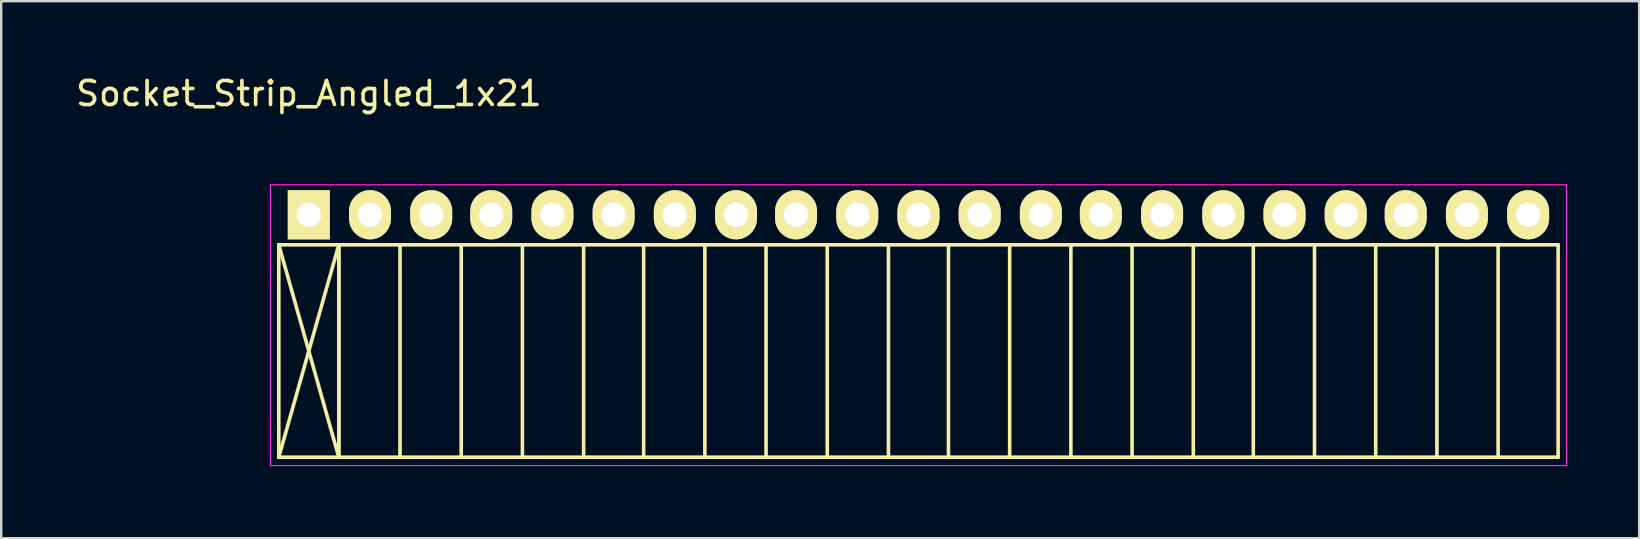
<source format=kicad_pcb>
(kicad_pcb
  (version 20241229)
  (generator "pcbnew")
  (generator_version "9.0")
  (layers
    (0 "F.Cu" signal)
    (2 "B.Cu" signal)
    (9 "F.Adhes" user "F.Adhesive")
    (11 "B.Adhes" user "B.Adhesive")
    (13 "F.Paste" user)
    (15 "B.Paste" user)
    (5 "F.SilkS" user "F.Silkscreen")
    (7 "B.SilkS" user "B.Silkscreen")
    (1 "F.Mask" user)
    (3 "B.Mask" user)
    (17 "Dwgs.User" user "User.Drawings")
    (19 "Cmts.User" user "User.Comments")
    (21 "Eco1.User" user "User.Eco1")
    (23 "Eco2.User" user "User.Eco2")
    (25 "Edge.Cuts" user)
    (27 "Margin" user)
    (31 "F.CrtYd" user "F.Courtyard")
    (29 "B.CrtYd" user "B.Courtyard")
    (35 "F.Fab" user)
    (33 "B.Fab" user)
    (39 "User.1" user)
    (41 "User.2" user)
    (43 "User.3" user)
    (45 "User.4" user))
  (footprint "Socket_Strip_Angled_1x21"
    (layer "F.Cu")
    (at 9.815 5.898)
    (property "Reference" "Socket_Strip_Angled_1x21" (at 0 -5.05 0) (layer "F.SilkS") (effects (font (size 1 1) (thickness 0.15))))
    (attr through_hole)
    (fp_line (start -1.25 1.25) (end -1.25 10.1) (stroke (width 0.15) (type solid)) (layer "F.SilkS"))
    (fp_line (start -1.25 1.25) (end 1.25 1.25) (stroke (width 0.15) (type solid)) (layer "F.SilkS"))
    (fp_line (start -1.25 1.25) (end 1.25 10.1) (stroke (width 0.15) (type solid)) (layer "F.SilkS"))
    (fp_line (start -1.25 10.1) (end 1.25 1.25) (stroke (width 0.15) (type solid)) (layer "F.SilkS"))
    (fp_line (start -1.25 10.1) (end 1.25 10.1) (stroke (width 0.15) (type solid)) (layer "F.SilkS"))
    (fp_line (start 1.25 1.25) (end 1.25 10.1) (stroke (width 0.15) (type solid)) (layer "F.SilkS"))
    (fp_line (start 1.25 1.25) (end 3.8 1.25) (stroke (width 0.15) (type solid)) (layer "F.SilkS"))
    (fp_line (start 1.25 10.1) (end 1.25 1.25) (stroke (width 0.15) (type solid)) (layer "F.SilkS"))
    (fp_line (start 1.25 10.1) (end 3.8 10.1) (stroke (width 0.15) (type solid)) (layer "F.SilkS"))
    (fp_line (start 3.8 1.25) (end 6.35 1.25) (stroke (width 0.15) (type solid)) (layer "F.SilkS"))
    (fp_line (start 3.8 10.1) (end 3.8 1.25) (stroke (width 0.15) (type solid)) (layer "F.SilkS"))
    (fp_line (start 3.8 10.1) (end 6.35 10.1) (stroke (width 0.15) (type solid)) (layer "F.SilkS"))
    (fp_line (start 6.35 1.25) (end 8.9 1.25) (stroke (width 0.15) (type solid)) (layer "F.SilkS"))
    (fp_line (start 6.35 10.1) (end 6.35 1.25) (stroke (width 0.15) (type solid)) (layer "F.SilkS"))
    (fp_line (start 6.35 10.1) (end 8.9 10.1) (stroke (width 0.15) (type solid)) (layer "F.SilkS"))
    (fp_line (start 8.9 1.25) (end 11.45 1.25) (stroke (width 0.15) (type solid)) (layer "F.SilkS"))
    (fp_line (start 8.9 10.1) (end 8.9 1.25) (stroke (width 0.15) (type solid)) (layer "F.SilkS"))
    (fp_line (start 8.9 10.1) (end 11.45 10.1) (stroke (width 0.15) (type solid)) (layer "F.SilkS"))
    (fp_line (start 11.45 1.25) (end 13.95 1.25) (stroke (width 0.15) (type solid)) (layer "F.SilkS"))
    (fp_line (start 11.45 10.1) (end 11.45 1.25) (stroke (width 0.15) (type solid)) (layer "F.SilkS"))
    (fp_line (start 11.45 10.1) (end 13.95 10.1) (stroke (width 0.15) (type solid)) (layer "F.SilkS"))
    (fp_line (start 13.95 1.25) (end 16.5 1.25) (stroke (width 0.15) (type solid)) (layer "F.SilkS"))
    (fp_line (start 13.95 10.1) (end 13.95 1.25) (stroke (width 0.15) (type solid)) (layer "F.SilkS"))
    (fp_line (start 13.95 10.1) (end 16.5 10.1) (stroke (width 0.15) (type solid)) (layer "F.SilkS"))
    (fp_line (start 16.5 1.25) (end 19.05 1.25) (stroke (width 0.15) (type solid)) (layer "F.SilkS"))
    (fp_line (start 16.5 10.1) (end 16.5 1.25) (stroke (width 0.15) (type solid)) (layer "F.SilkS"))
    (fp_line (start 16.5 10.1) (end 19.05 10.1) (stroke (width 0.15) (type solid)) (layer "F.SilkS"))
    (fp_line (start 19.05 1.25) (end 21.6 1.25) (stroke (width 0.15) (type solid)) (layer "F.SilkS"))
    (fp_line (start 19.05 10.1) (end 19.05 1.25) (stroke (width 0.15) (type solid)) (layer "F.SilkS"))
    (fp_line (start 19.05 10.1) (end 21.6 10.1) (stroke (width 0.15) (type solid)) (layer "F.SilkS"))
    (fp_line (start 21.6 1.25) (end 24.15 1.25) (stroke (width 0.15) (type solid)) (layer "F.SilkS"))
    (fp_line (start 21.6 10.1) (end 21.6 1.25) (stroke (width 0.15) (type solid)) (layer "F.SilkS"))
    (fp_line (start 21.6 10.1) (end 24.15 10.1) (stroke (width 0.15) (type solid)) (layer "F.SilkS"))
    (fp_line (start 24.15 1.25) (end 26.65 1.25) (stroke (width 0.15) (type solid)) (layer "F.SilkS"))
    (fp_line (start 24.15 10.1) (end 24.15 1.25) (stroke (width 0.15) (type solid)) (layer "F.SilkS"))
    (fp_line (start 24.15 10.1) (end 26.65 10.1) (stroke (width 0.15) (type solid)) (layer "F.SilkS"))
    (fp_line (start 26.65 1.25) (end 29.2 1.25) (stroke (width 0.15) (type solid)) (layer "F.SilkS"))
    (fp_line (start 26.65 10.1) (end 26.65 1.25) (stroke (width 0.15) (type solid)) (layer "F.SilkS"))
    (fp_line (start 26.65 10.1) (end 29.2 10.1) (stroke (width 0.15) (type solid)) (layer "F.SilkS"))
    (fp_line (start 29.2 1.25) (end 31.75 1.25) (stroke (width 0.15) (type solid)) (layer "F.SilkS"))
    (fp_line (start 29.2 10.1) (end 29.2 1.25) (stroke (width 0.15) (type solid)) (layer "F.SilkS"))
    (fp_line (start 29.2 10.1) (end 31.75 10.1) (stroke (width 0.15) (type solid)) (layer "F.SilkS"))
    (fp_line (start 31.75 1.25) (end 34.3 1.25) (stroke (width 0.15) (type solid)) (layer "F.SilkS"))
    (fp_line (start 31.75 10.1) (end 31.75 1.25) (stroke (width 0.15) (type solid)) (layer "F.SilkS"))
    (fp_line (start 31.75 10.1) (end 34.3 10.1) (stroke (width 0.15) (type solid)) (layer "F.SilkS"))
    (fp_line (start 34.3 1.25) (end 36.85 1.25) (stroke (width 0.15) (type solid)) (layer "F.SilkS"))
    (fp_line (start 34.3 10.1) (end 34.3 1.25) (stroke (width 0.15) (type solid)) (layer "F.SilkS"))
    (fp_line (start 34.3 10.1) (end 36.85 10.1) (stroke (width 0.15) (type solid)) (layer "F.SilkS"))
    (fp_line (start 36.85 1.25) (end 39.35 1.25) (stroke (width 0.15) (type solid)) (layer "F.SilkS"))
    (fp_line (start 36.85 10.1) (end 36.85 1.25) (stroke (width 0.15) (type solid)) (layer "F.SilkS"))
    (fp_line (start 36.85 10.1) (end 39.35 10.1) (stroke (width 0.15) (type solid)) (layer "F.SilkS"))
    (fp_line (start 39.35 1.25) (end 41.9 1.25) (stroke (width 0.15) (type solid)) (layer "F.SilkS"))
    (fp_line (start 39.35 10.1) (end 39.35 1.25) (stroke (width 0.15) (type solid)) (layer "F.SilkS"))
    (fp_line (start 39.35 10.1) (end 41.9 10.1) (stroke (width 0.15) (type solid)) (layer "F.SilkS"))
    (fp_line (start 41.9 1.25) (end 44.45 1.25) (stroke (width 0.15) (type solid)) (layer "F.SilkS"))
    (fp_line (start 41.9 10.1) (end 41.9 1.25) (stroke (width 0.15) (type solid)) (layer "F.SilkS"))
    (fp_line (start 41.9 10.1) (end 44.45 10.1) (stroke (width 0.15) (type solid)) (layer "F.SilkS"))
    (fp_line (start 44.45 1.25) (end 47 1.25) (stroke (width 0.15) (type solid)) (layer "F.SilkS"))
    (fp_line (start 44.45 10.1) (end 44.45 1.25) (stroke (width 0.15) (type solid)) (layer "F.SilkS"))
    (fp_line (start 44.45 10.1) (end 47 10.1) (stroke (width 0.15) (type solid)) (layer "F.SilkS"))
    (fp_line (start 47 1.25) (end 49.55 1.25) (stroke (width 0.15) (type solid)) (layer "F.SilkS"))
    (fp_line (start 47 10.1) (end 47 1.25) (stroke (width 0.15) (type solid)) (layer "F.SilkS"))
    (fp_line (start 47 10.1) (end 49.55 10.1) (stroke (width 0.15) (type solid)) (layer "F.SilkS"))
    (fp_line (start 49.55 1.25) (end 52.05 1.25) (stroke (width 0.15) (type solid)) (layer "F.SilkS"))
    (fp_line (start 49.55 10.1) (end 49.55 1.25) (stroke (width 0.15) (type solid)) (layer "F.SilkS"))
    (fp_line (start 49.55 10.1) (end 52.05 10.1) (stroke (width 0.15) (type solid)) (layer "F.SilkS"))
    (fp_line (start 52.05 10.1) (end 52.05 1.25) (stroke (width 0.15) (type solid)) (layer "F.SilkS"))
    (fp_line (start -1.6 -1.25) (end -1.6 10.45) (stroke (width 0.05) (type solid)) (layer "F.CrtYd"))
    (fp_line (start -1.6 -1.25) (end 52.4 -1.25) (stroke (width 0.05) (type solid)) (layer "F.CrtYd"))
    (fp_line (start -1.6 10.45) (end 52.4 10.45) (stroke (width 0.05) (type solid)) (layer "F.CrtYd"))
    (fp_line (start 52.4 -1.25) (end 52.4 10.45) (stroke (width 0.05) (type solid)) (layer "F.CrtYd"))
    (pad "1" thru_hole rect (at 0 0) (size 1.75 2.05) (drill 1.016) (layers "*.Cu" "*.Mask" "F.SilkS"))
    (pad "2" thru_hole oval (at 2.55 0) (size 1.75 2.05) (drill 1.016) (layers "*.Cu" "*.Mask" "F.SilkS"))
    (pad "3" thru_hole oval (at 5.1 0) (size 1.75 2.05) (drill 1.016) (layers "*.Cu" "*.Mask" "F.SilkS"))
    (pad "4" thru_hole oval (at 7.6 0) (size 1.75 2.05) (drill 1.016) (layers "*.Cu" "*.Mask" "F.SilkS"))
    (pad "5" thru_hole oval (at 10.15 0) (size 1.75 2.05) (drill 1.016) (layers "*.Cu" "*.Mask" "F.SilkS"))
    (pad "6" thru_hole oval (at 12.7 0) (size 1.75 2.05) (drill 1.016) (layers "*.Cu" "*.Mask" "F.SilkS"))
    (pad "7" thru_hole oval (at 15.25 0) (size 1.75 2.05) (drill 1.016) (layers "*.Cu" "*.Mask" "F.SilkS"))
    (pad "8" thru_hole oval (at 17.8 0) (size 1.75 2.05) (drill 1.016) (layers "*.Cu" "*.Mask" "F.SilkS"))
    (pad "9" thru_hole oval (at 20.3 0) (size 1.75 2.05) (drill 1.016) (layers "*.Cu" "*.Mask" "F.SilkS"))
    (pad "10" thru_hole oval (at 22.85 0) (size 1.75 2.05) (drill 1.016) (layers "*.Cu" "*.Mask" "F.SilkS"))
    (pad "11" thru_hole oval (at 25.4 0) (size 1.75 2.05) (drill 1.016) (layers "*.Cu" "*.Mask" "F.SilkS"))
    (pad "12" thru_hole oval (at 27.95 0) (size 1.75 2.05) (drill 1.016) (layers "*.Cu" "*.Mask" "F.SilkS"))
    (pad "13" thru_hole oval (at 30.5 0) (size 1.75 2.05) (drill 1.016) (layers "*.Cu" "*.Mask" "F.SilkS"))
    (pad "14" thru_hole oval (at 33 0) (size 1.75 2.05) (drill 1.016) (layers "*.Cu" "*.Mask" "F.SilkS"))
    (pad "15" thru_hole oval (at 35.55 0) (size 1.75 2.05) (drill 1.016) (layers "*.Cu" "*.Mask" "F.SilkS"))
    (pad "16" thru_hole oval (at 38.1 0) (size 1.75 2.05) (drill 1.016) (layers "*.Cu" "*.Mask" "F.SilkS"))
    (pad "17" thru_hole oval (at 40.65 0) (size 1.75 2.05) (drill 1.016) (layers "*.Cu" "*.Mask" "F.SilkS"))
    (pad "18" thru_hole oval (at 43.2 0) (size 1.75 2.05) (drill 1.016) (layers "*.Cu" "*.Mask" "F.SilkS"))
    (pad "19" thru_hole oval (at 45.7 0) (size 1.75 2.05) (drill 1.016) (layers "*.Cu" "*.Mask" "F.SilkS"))
    (pad "20" thru_hole oval (at 48.25 0) (size 1.75 2.05) (drill 1.016) (layers "*.Cu" "*.Mask" "F.SilkS"))
    (pad "21" thru_hole oval (at 50.8 0) (size 1.75 2.05) (drill 1.016) (layers "*.Cu" "*.Mask" "F.SilkS")))
  (gr_rect
    (start -3 -3)
    (end 65.24 19.373)
    (stroke (width 0.1) (type default))
    (fill no)
    (layer "Edge.Cuts")))
</source>
